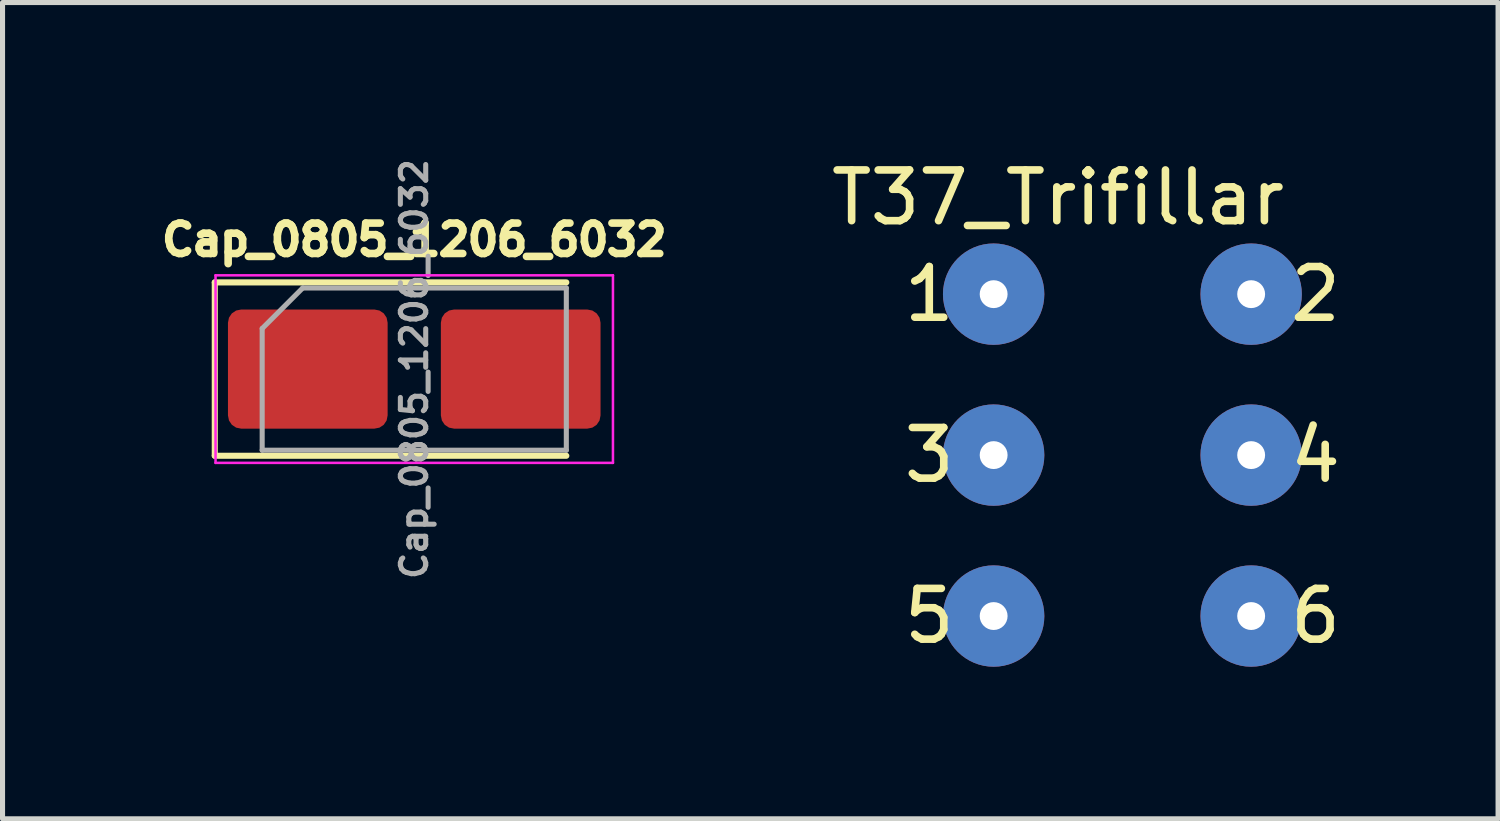
<source format=kicad_pcb>
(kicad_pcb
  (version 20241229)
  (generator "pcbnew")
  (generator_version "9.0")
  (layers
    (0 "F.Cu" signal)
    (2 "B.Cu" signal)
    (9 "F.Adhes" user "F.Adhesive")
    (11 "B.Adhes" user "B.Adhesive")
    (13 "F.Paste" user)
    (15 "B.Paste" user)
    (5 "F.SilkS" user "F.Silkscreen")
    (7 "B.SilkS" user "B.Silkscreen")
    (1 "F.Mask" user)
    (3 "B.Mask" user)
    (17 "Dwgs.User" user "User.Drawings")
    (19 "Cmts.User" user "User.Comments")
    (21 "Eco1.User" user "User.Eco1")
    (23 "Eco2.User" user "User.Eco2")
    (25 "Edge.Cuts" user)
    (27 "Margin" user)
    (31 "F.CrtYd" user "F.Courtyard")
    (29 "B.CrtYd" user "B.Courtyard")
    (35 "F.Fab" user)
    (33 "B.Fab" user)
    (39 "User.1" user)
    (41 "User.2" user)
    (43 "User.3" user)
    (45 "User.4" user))
  (footprint "Cap_0805_1206_6032"
    (layer "F.Cu")
    (at 5.122 4.231)
    (property "Reference" "Cap_0805_1206_6032" (at 0 -2.55 0) (layer "F.SilkS") (effects (font (size 0.6 0.6) (thickness 0.15))))
    (attr smd)
    (fp_line (start -3.935 -1.71) (end -3.935 1.71) (stroke (width 0.12) (type solid)) (layer "F.SilkS"))
    (fp_line (start -3.935 1.71) (end 3 1.71) (stroke (width 0.12) (type solid)) (layer "F.SilkS"))
    (fp_line (start 3 -1.71) (end -3.935 -1.71) (stroke (width 0.12) (type solid)) (layer "F.SilkS"))
    (fp_line (start -3.92 -1.85) (end 3.92 -1.85) (stroke (width 0.05) (type solid)) (layer "F.CrtYd"))
    (fp_line (start -3.92 1.85) (end -3.92 -1.85) (stroke (width 0.05) (type solid)) (layer "F.CrtYd"))
    (fp_line (start 3.92 -1.85) (end 3.92 1.85) (stroke (width 0.05) (type solid)) (layer "F.CrtYd"))
    (fp_line (start 3.92 1.85) (end -3.92 1.85) (stroke (width 0.05) (type solid)) (layer "F.CrtYd"))
    (fp_line (start -3 -0.8) (end -3 1.6) (stroke (width 0.1) (type solid)) (layer "F.Fab"))
    (fp_line (start -3 1.6) (end 3 1.6) (stroke (width 0.1) (type solid)) (layer "F.Fab"))
    (fp_line (start -2.2 -1.6) (end -3 -0.8) (stroke (width 0.1) (type solid)) (layer "F.Fab"))
    (fp_line (start 3 -1.6) (end -2.2 -1.6) (stroke (width 0.1) (type solid)) (layer "F.Fab"))
    (fp_line (start 3 1.6) (end 3 -1.6) (stroke (width 0.1) (type solid)) (layer "F.Fab"))
    (fp_text user "${REFERENCE}" (at 0 0 90) (layer "F.Fab") (effects (font (size 0.5 0.5) (thickness 0.1))))
    (pad "1" smd roundrect (at -2.1 0) (size 3.15 2.35) (layers "F.Cu" "F.Mask" "F.Paste") (roundrect_rratio 0.111))
    (pad "2" smd roundrect (at 2.1 0) (size 3.15 2.35) (layers "F.Cu" "F.Mask" "F.Paste") (roundrect_rratio 0.111)))
  (footprint "T37_Trifillar"
    (layer "F.Cu")
    (at 19.092 5.293)
    (property "Reference" "T37_Trifillar" (at -1.27 -4.445 0) (layer "F.SilkS") (effects (font (size 1 1) (thickness 0.15))))
    (attr through_hole)
    (fp_text user "1" (at -3.81 -2.54 0) (layer "F.SilkS") (effects (font (size 1 1) (thickness 0.15))))
    (fp_text user "3" (at -3.81 0.635 0) (layer "F.SilkS") (effects (font (size 1 1) (thickness 0.15))))
    (fp_text user "5" (at -3.81 3.81 0) (layer "F.SilkS") (effects (font (size 1 1) (thickness 0.15))))
    (fp_text user "4" (at 3.81 0.635 0) (layer "F.SilkS") (effects (font (size 1 1) (thickness 0.15))))
    (fp_text user "2" (at 3.81 -2.54 0) (layer "F.SilkS") (effects (font (size 1 1) (thickness 0.15))))
    (fp_text user "6" (at 3.81 3.81 0) (layer "F.SilkS") (effects (font (size 1 1) (thickness 0.15))))
    (pad "1" thru_hole circle (at -2.54 -2.54) (size 2 2) (drill 0.55) (layers "*.Cu" "*.Mask"))
    (pad "2" thru_hole circle (at 2.54 -2.54) (size 2 2) (drill 0.55) (layers "*.Cu" "*.Mask"))
    (pad "3" thru_hole circle (at -2.54 0.635) (size 2 2) (drill 0.55) (layers "*.Cu" "*.Mask"))
    (pad "4" thru_hole circle (at 2.54 0.635) (size 2 2) (drill 0.55) (layers "*.Cu" "*.Mask"))
    (pad "5" thru_hole circle (at -2.54 3.81) (size 2 2) (drill 0.55) (layers "*.Cu" "*.Mask"))
    (pad "6" thru_hole circle (at 2.54 3.81) (size 2 2) (drill 0.55) (layers "*.Cu" "*.Mask")))
  (gr_rect
    (start -3 -3)
    (end 26.503 13.103)
    (stroke (width 0.1) (type default))
    (fill no)
    (layer "Edge.Cuts")))
</source>
